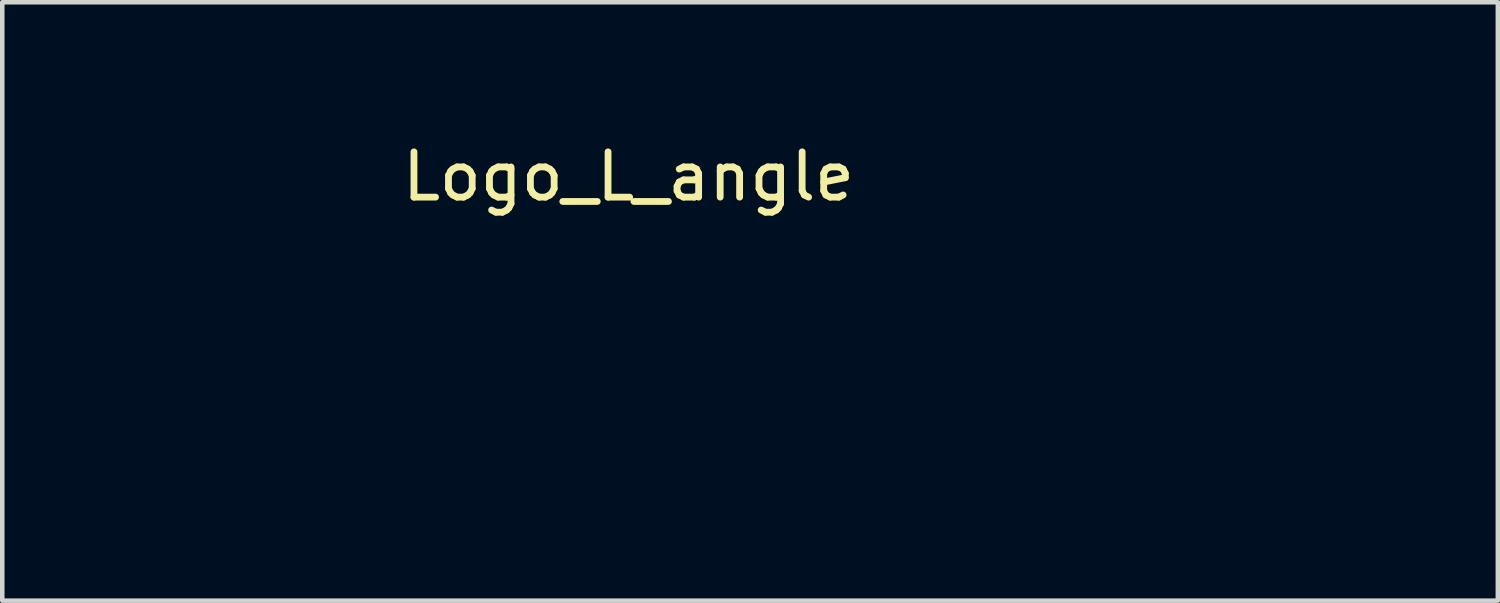
<source format=kicad_pcb>
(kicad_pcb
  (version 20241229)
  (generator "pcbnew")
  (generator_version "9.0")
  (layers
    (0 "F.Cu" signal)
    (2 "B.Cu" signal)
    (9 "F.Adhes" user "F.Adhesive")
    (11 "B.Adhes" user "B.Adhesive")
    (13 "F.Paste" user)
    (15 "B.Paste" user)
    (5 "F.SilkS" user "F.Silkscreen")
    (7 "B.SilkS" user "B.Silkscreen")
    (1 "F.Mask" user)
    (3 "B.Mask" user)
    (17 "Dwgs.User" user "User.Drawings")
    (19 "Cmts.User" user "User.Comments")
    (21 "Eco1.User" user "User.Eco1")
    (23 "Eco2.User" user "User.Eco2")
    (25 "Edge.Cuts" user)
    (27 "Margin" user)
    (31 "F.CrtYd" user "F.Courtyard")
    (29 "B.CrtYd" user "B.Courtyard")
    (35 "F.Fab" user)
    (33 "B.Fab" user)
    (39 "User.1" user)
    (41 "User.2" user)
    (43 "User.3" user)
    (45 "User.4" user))
  (footprint "Logo_L_angle"
    (layer "F.Cu")
    (at 14.509 5.818)
    (property "Reference" "Logo_L_angle" (at -3.68 -4.97 0) (layer "F.SilkS") (effects (font (size 1 1) (thickness 0.15))))
    (attr through_hole)
    (fp_line (start -14.384 0.254) (end 8.42 0.254) (stroke (width 0.25) (type solid)) (layer "F.Mask"))
    (fp_line (start -14.384 0.762) (end 8.57 0.762) (stroke (width 0.25) (type solid)) (layer "F.Mask"))
    (fp_line (start -14.384 1.27) (end 8.72 1.27) (stroke (width 0.25) (type solid)) (layer "F.Mask"))
    (fp_line (start 8.42 0.254) (end 11.74 -3.06) (stroke (width 0.25) (type solid)) (layer "F.Mask"))
    (fp_line (start 8.58 0.75) (end 12.04 -2.71) (stroke (width 0.25) (type solid)) (layer "F.Mask"))
    (fp_line (start 8.72 1.27) (end 12.39 -2.4) (stroke (width 0.25) (type solid)) (layer "F.Mask"))
    (fp_poly (pts (xy 7.42 -2.317) (xy 7.489 -2.386) (xy 7.547 -2.444) (xy 7.597 -2.493) (xy 7.637 -2.533) (xy 7.671 -2.566) (xy 7.697 -2.591) (xy 7.717 -2.609) (xy 7.732 -2.623) (xy 7.743 -2.631) (xy 7.75 -2.636) (xy 7.755 -2.637) (xy 7.758 -2.637) (xy 7.76 -2.636) (xy 7.768 -2.625) (xy 7.785 -2.604) (xy 7.807 -2.574) (xy 7.833 -2.538) (xy 7.848 -2.517) (xy 7.884 -2.465) (xy 7.909 -2.426) (xy 7.923 -2.399) (xy 7.926 -2.388) (xy 7.927 -2.375) (xy 7.928 -2.347) (xy 7.929 -2.306) (xy 7.931 -2.253) (xy 7.933 -2.191) (xy 7.935 -2.121) (xy 7.937 -2.046) (xy 7.939 -1.993) (xy 7.941 -1.915) (xy 7.943 -1.843) (xy 7.946 -1.777) (xy 7.948 -1.72) (xy 7.95 -1.674) (xy 7.951 -1.64) (xy 7.953 -1.62) (xy 7.953 -1.616) (xy 7.962 -1.617) (xy 7.98 -1.626) (xy 7.992 -1.633) (xy 8.058 -1.664) (xy 8.132 -1.685) (xy 8.209 -1.695) (xy 8.285 -1.693) (xy 8.355 -1.68) (xy 8.371 -1.675) (xy 8.423 -1.655) (xy 8.467 -1.633) (xy 8.508 -1.606) (xy 8.55 -1.572) (xy 8.596 -1.529) (xy 8.61 -1.514) (xy 8.696 -1.418) (xy 8.765 -1.321) (xy 8.817 -1.222) (xy 8.853 -1.122) (xy 8.871 -1.021) (xy 8.873 -0.918) (xy 8.872 -0.899) (xy 8.863 -0.846) (xy 8.847 -0.786) (xy 8.825 -0.725) (xy 8.801 -0.67) (xy 8.791 -0.652) (xy 8.774 -0.627) (xy 8.747 -0.593) (xy 8.713 -0.554) (xy 8.675 -0.513) (xy 8.636 -0.472) (xy 8.598 -0.434) (xy 8.565 -0.404) (xy 8.538 -0.383) (xy 8.536 -0.381) (xy 8.45 -0.332) (xy 8.362 -0.3) (xy 8.328 -0.292) (xy 8.248 -0.282) (xy 8.173 -0.288) (xy 8.101 -0.31) (xy 8.033 -0.345) (xy 8.005 -0.365) (xy 7.973 -0.39) (xy 7.943 -0.418) (xy 7.917 -0.444) (xy 7.899 -0.465) (xy 7.894 -0.473) (xy 7.893 -0.479) (xy 7.897 -0.487) (xy 7.906 -0.5) (xy 7.922 -0.518) (xy 7.947 -0.544) (xy 7.981 -0.579) (xy 8.009 -0.608) (xy 8.131 -0.729) (xy 8.153 -0.701) (xy 8.193 -0.663) (xy 8.239 -0.64) (xy 8.289 -0.632) (xy 8.342 -0.639) (xy 8.394 -0.661) (xy 8.44 -0.693) (xy 8.489 -0.747) (xy 8.522 -0.806) (xy 8.541 -0.871) (xy 8.543 -0.94) (xy 8.53 -1.012) (xy 8.501 -1.085) (xy 8.499 -1.089) (xy 8.452 -1.167) (xy 8.4 -1.234) (xy 8.345 -1.288) (xy 8.287 -1.328) (xy 8.233 -1.35) (xy 8.2 -1.358) (xy 8.169 -1.359) (xy 8.139 -1.353) (xy 8.106 -1.338) (xy 8.07 -1.315) (xy 8.028 -1.281) (xy 7.979 -1.235) (xy 7.936 -1.193) (xy 7.826 -1.082) (xy 7.815 -1.099) (xy 7.807 -1.112) (xy 7.79 -1.135) (xy 7.768 -1.166) (xy 7.741 -1.202) (xy 7.729 -1.219) (xy 7.653 -1.323) (xy 7.643 -1.625) (xy 7.641 -1.699) (xy 7.639 -1.773) (xy 7.637 -1.842) (xy 7.636 -1.905) (xy 7.634 -1.958) (xy 7.633 -1.999) (xy 7.633 -2.018) (xy 7.632 -2.11) (xy 7.302 -1.78) (xy 7.364 -1.696) (xy 7.426 -1.611) (xy 7.233 -1.411) (xy 7.211 -1.441) (xy 7.2 -1.455) (xy 7.181 -1.482) (xy 7.155 -1.517) (xy 7.124 -1.56) (xy 7.09 -1.608) (xy 7.06 -1.649) (xy 6.931 -1.828) (xy 7.34 -2.237) (xy 7.42 -2.317)) (stroke (width 0.01) (type solid)) (fill yes) (layer "F.Mask"))
    (fp_poly (pts (xy 9.447 -4.373) (xy 9.491 -4.412) (xy 9.531 -4.443) (xy 9.552 -4.458) (xy 9.632 -4.5) (xy 9.713 -4.528) (xy 9.794 -4.541) (xy 9.871 -4.539) (xy 9.943 -4.523) (xy 10.018 -4.488) (xy 10.086 -4.439) (xy 10.145 -4.378) (xy 10.159 -4.359) (xy 10.178 -4.333) (xy 9.934 -4.089) (xy 9.894 -4.129) (xy 9.847 -4.167) (xy 9.8 -4.188) (xy 9.752 -4.193) (xy 9.748 -4.193) (xy 9.709 -4.185) (xy 9.672 -4.168) (xy 9.633 -4.139) (xy 9.602 -4.11) (xy 9.558 -4.058) (xy 9.53 -4.004) (xy 9.516 -3.944) (xy 9.513 -3.882) (xy 9.516 -3.848) (xy 9.523 -3.816) (xy 9.534 -3.782) (xy 9.552 -3.745) (xy 9.577 -3.702) (xy 9.609 -3.651) (xy 9.652 -3.59) (xy 9.67 -3.563) (xy 9.699 -3.523) (xy 9.724 -3.488) (xy 9.744 -3.46) (xy 9.757 -3.442) (xy 9.762 -3.435) (xy 9.766 -3.441) (xy 9.774 -3.459) (xy 9.783 -3.483) (xy 9.804 -3.533) (xy 9.831 -3.578) (xy 9.867 -3.624) (xy 9.909 -3.669) (xy 9.987 -3.736) (xy 10.068 -3.787) (xy 10.151 -3.822) (xy 10.235 -3.841) (xy 10.319 -3.844) (xy 10.402 -3.831) (xy 10.483 -3.802) (xy 10.562 -3.757) (xy 10.636 -3.695) (xy 10.674 -3.656) (xy 10.703 -3.621) (xy 10.737 -3.578) (xy 10.774 -3.528) (xy 10.811 -3.476) (xy 10.847 -3.424) (xy 10.879 -3.375) (xy 10.905 -3.334) (xy 10.922 -3.305) (xy 10.958 -3.215) (xy 10.978 -3.122) (xy 10.983 -3.027) (xy 10.973 -2.931) (xy 10.948 -2.836) (xy 10.907 -2.746) (xy 10.867 -2.681) (xy 10.836 -2.641) (xy 10.797 -2.596) (xy 10.753 -2.551) (xy 10.71 -2.51) (xy 10.671 -2.477) (xy 10.661 -2.47) (xy 10.606 -2.435) (xy 10.546 -2.406) (xy 10.487 -2.384) (xy 10.462 -2.378) (xy 10.379 -2.368) (xy 10.295 -2.374) (xy 10.212 -2.395) (xy 10.135 -2.43) (xy 10.112 -2.444) (xy 10.09 -2.459) (xy 10.068 -2.475) (xy 10.047 -2.492) (xy 10.026 -2.512) (xy 10.003 -2.535) (xy 10.002 -2.536) (xy 10.249 -2.783) (xy 10.253 -2.78) (xy 10.308 -2.739) (xy 10.363 -2.715) (xy 10.417 -2.708) (xy 10.47 -2.717) (xy 10.52 -2.743) (xy 10.567 -2.784) (xy 10.61 -2.841) (xy 10.64 -2.903) (xy 10.654 -2.968) (xy 10.651 -3.035) (xy 10.632 -3.106) (xy 10.614 -3.146) (xy 10.587 -3.196) (xy 10.553 -3.249) (xy 10.515 -3.304) (xy 10.476 -3.356) (xy 10.438 -3.401) (xy 10.404 -3.437) (xy 10.39 -3.449) (xy 10.346 -3.478) (xy 10.298 -3.498) (xy 10.252 -3.508) (xy 10.223 -3.508) (xy 10.178 -3.494) (xy 10.133 -3.466) (xy 10.089 -3.427) (xy 10.051 -3.378) (xy 10.02 -3.323) (xy 10.004 -3.269) (xy 9.999 -3.209) (xy 10.004 -3.148) (xy 10.021 -3.093) (xy 10.021 -3.093) (xy 10.041 -3.056) (xy 10.07 -3.01) (xy 10.104 -2.959) (xy 10.142 -2.908) (xy 10.181 -2.859) (xy 10.218 -2.816) (xy 10.249 -2.783) (xy 10.002 -2.536) (xy 9.978 -2.563) (xy 9.95 -2.597) (xy 9.918 -2.637) (xy 9.881 -2.685) (xy 9.838 -2.742) (xy 9.789 -2.809) (xy 9.733 -2.887) (xy 9.669 -2.976) (xy 9.606 -3.064) (xy 9.533 -3.166) (xy 9.468 -3.259) (xy 9.41 -3.342) (xy 9.36 -3.413) (xy 9.319 -3.473) (xy 9.287 -3.521) (xy 9.264 -3.556) (xy 9.251 -3.579) (xy 9.25 -3.581) (xy 9.21 -3.68) (xy 9.187 -3.778) (xy 9.181 -3.877) (xy 9.191 -3.975) (xy 9.219 -4.072) (xy 9.263 -4.167) (xy 9.266 -4.171) (xy 9.287 -4.203) (xy 9.319 -4.242) (xy 9.358 -4.285) (xy 9.402 -4.33) (xy 9.447 -4.373)) (stroke (width 0.01) (type solid)) (fill yes) (layer "F.Mask"))
    (fp_poly (pts (xy 8.159 -3.027) (xy 8.166 -3.018) (xy 8.183 -2.997) (xy 8.209 -2.965) (xy 8.244 -2.922) (xy 8.285 -2.87) (xy 8.334 -2.809) (xy 8.388 -2.741) (xy 8.448 -2.666) (xy 8.512 -2.586) (xy 8.58 -2.501) (xy 8.65 -2.412) (xy 8.66 -2.4) (xy 8.73 -2.311) (xy 8.798 -2.226) (xy 8.862 -2.146) (xy 8.921 -2.072) (xy 8.976 -2.004) (xy 9.024 -1.944) (xy 9.065 -1.892) (xy 9.099 -1.85) (xy 9.125 -1.818) (xy 9.142 -1.797) (xy 9.15 -1.788) (xy 9.15 -1.788) (xy 9.146 -1.795) (xy 9.135 -1.816) (xy 9.116 -1.849) (xy 9.091 -1.893) (xy 9.059 -1.947) (xy 9.023 -2.011) (xy 8.981 -2.082) (xy 8.936 -2.16) (xy 8.887 -2.244) (xy 8.836 -2.332) (xy 8.828 -2.345) (xy 8.798 -2.396) (xy 8.937 -2.536) (xy 8.943 -2.536) (xy 8.943 -2.542) (xy 8.937 -2.542) (xy 8.937 -2.536) (xy 8.798 -2.396) (xy 8.776 -2.435) (xy 8.726 -2.521) (xy 8.678 -2.602) (xy 8.635 -2.676) (xy 8.596 -2.743) (xy 8.561 -2.802) (xy 8.533 -2.851) (xy 8.511 -2.889) (xy 8.496 -2.915) (xy 8.488 -2.927) (xy 8.488 -2.927) (xy 8.474 -2.952) (xy 8.672 -3.15) (xy 8.709 -3.106) (xy 8.725 -3.087) (xy 8.75 -3.057) (xy 8.784 -3.019) (xy 8.824 -2.973) (xy 8.87 -2.92) (xy 8.921 -2.862) (xy 8.975 -2.8) (xy 9.032 -2.736) (xy 9.091 -2.669) (xy 9.15 -2.602) (xy 9.208 -2.536) (xy 9.265 -2.471) (xy 9.319 -2.41) (xy 9.37 -2.353) (xy 9.415 -2.302) (xy 9.455 -2.257) (xy 9.487 -2.221) (xy 9.512 -2.194) (xy 9.527 -2.177) (xy 9.532 -2.171) (xy 9.528 -2.178) (xy 9.516 -2.198) (xy 9.495 -2.231) (xy 9.468 -2.274) (xy 9.433 -2.328) (xy 9.392 -2.392) (xy 9.346 -2.463) (xy 9.295 -2.542) (xy 9.24 -2.628) (xy 9.181 -2.719) (xy 9.12 -2.814) (xy 9.1 -2.845) (xy 9.037 -2.942) (xy 8.977 -3.034) (xy 8.92 -3.123) (xy 8.866 -3.205) (xy 8.818 -3.28) (xy 8.774 -3.347) (xy 8.736 -3.406) (xy 8.705 -3.454) (xy 8.681 -3.492) (xy 8.664 -3.518) (xy 8.656 -3.53) (xy 8.655 -3.532) (xy 8.654 -3.537) (xy 8.656 -3.545) (xy 8.663 -3.555) (xy 8.676 -3.571) (xy 8.698 -3.594) (xy 8.729 -3.626) (xy 8.761 -3.658) (xy 8.797 -3.694) (xy 8.828 -3.724) (xy 8.854 -3.747) (xy 8.871 -3.762) (xy 8.879 -3.767) (xy 8.879 -3.767) (xy 8.884 -3.759) (xy 8.896 -3.738) (xy 8.916 -3.703) (xy 8.942 -3.656) (xy 8.975 -3.598) (xy 9.014 -3.529) (xy 9.058 -3.451) (xy 9.106 -3.364) (xy 9.16 -3.269) (xy 9.217 -3.167) (xy 9.277 -3.059) (xy 9.341 -2.946) (xy 9.407 -2.829) (xy 9.429 -2.788) (xy 9.975 -1.813) (xy 9.876 -1.711) (xy 9.778 -1.609) (xy 9.729 -1.665) (xy 9.706 -1.691) (xy 9.675 -1.726) (xy 9.636 -1.769) (xy 9.592 -1.819) (xy 9.542 -1.874) (xy 9.488 -1.934) (xy 9.432 -1.996) (xy 9.374 -2.06) (xy 9.316 -2.124) (xy 9.258 -2.187) (xy 9.203 -2.248) (xy 9.151 -2.305) (xy 9.103 -2.358) (xy 9.061 -2.404) (xy 9.025 -2.442) (xy 8.998 -2.472) (xy 8.979 -2.492) (xy 8.971 -2.5) (xy 8.969 -2.499) (xy 8.974 -2.486) (xy 8.986 -2.461) (xy 9.005 -2.424) (xy 9.032 -2.374) (xy 9.066 -2.311) (xy 9.108 -2.235) (xy 9.158 -2.145) (xy 9.217 -2.041) (xy 9.245 -1.991) (xy 9.294 -1.904) (xy 9.341 -1.82) (xy 9.386 -1.741) (xy 9.427 -1.668) (xy 9.463 -1.603) (xy 9.495 -1.547) (xy 9.521 -1.5) (xy 9.541 -1.465) (xy 9.554 -1.443) (xy 9.558 -1.435) (xy 9.575 -1.406) (xy 9.476 -1.308) (xy 9.443 -1.275) (xy 9.414 -1.248) (xy 9.392 -1.227) (xy 9.378 -1.215) (xy 9.374 -1.213) (xy 9.367 -1.221) (xy 9.349 -1.24) (xy 9.321 -1.271) (xy 9.285 -1.311) (xy 9.241 -1.359) (xy 9.19 -1.415) (xy 9.134 -1.477) (xy 9.072 -1.545) (xy 9.007 -1.617) (xy 8.938 -1.692) (xy 8.868 -1.77) (xy 8.796 -1.85) (xy 8.723 -1.93) (xy 8.652 -2.009) (xy 8.581 -2.086) (xy 8.514 -2.161) (xy 8.449 -2.233) (xy 8.389 -2.299) (xy 8.334 -2.36) (xy 8.285 -2.414) (xy 8.243 -2.461) (xy 8.208 -2.499) (xy 8.183 -2.527) (xy 8.168 -2.544) (xy 8.164 -2.549) (xy 8.121 -2.599) (xy 8.042 -2.521) (xy 7.833 -2.73) (xy 8.144 -3.041) (xy 8.159 -3.027)) (stroke (width 0.01) (type solid)) (fill yes) (layer "F.Mask")))
  (gr_rect
    (start -3 -3)
    (end 30.024 10.213)
    (stroke (width 0.1) (type default))
    (fill no)
    (layer "Edge.Cuts")))
</source>
